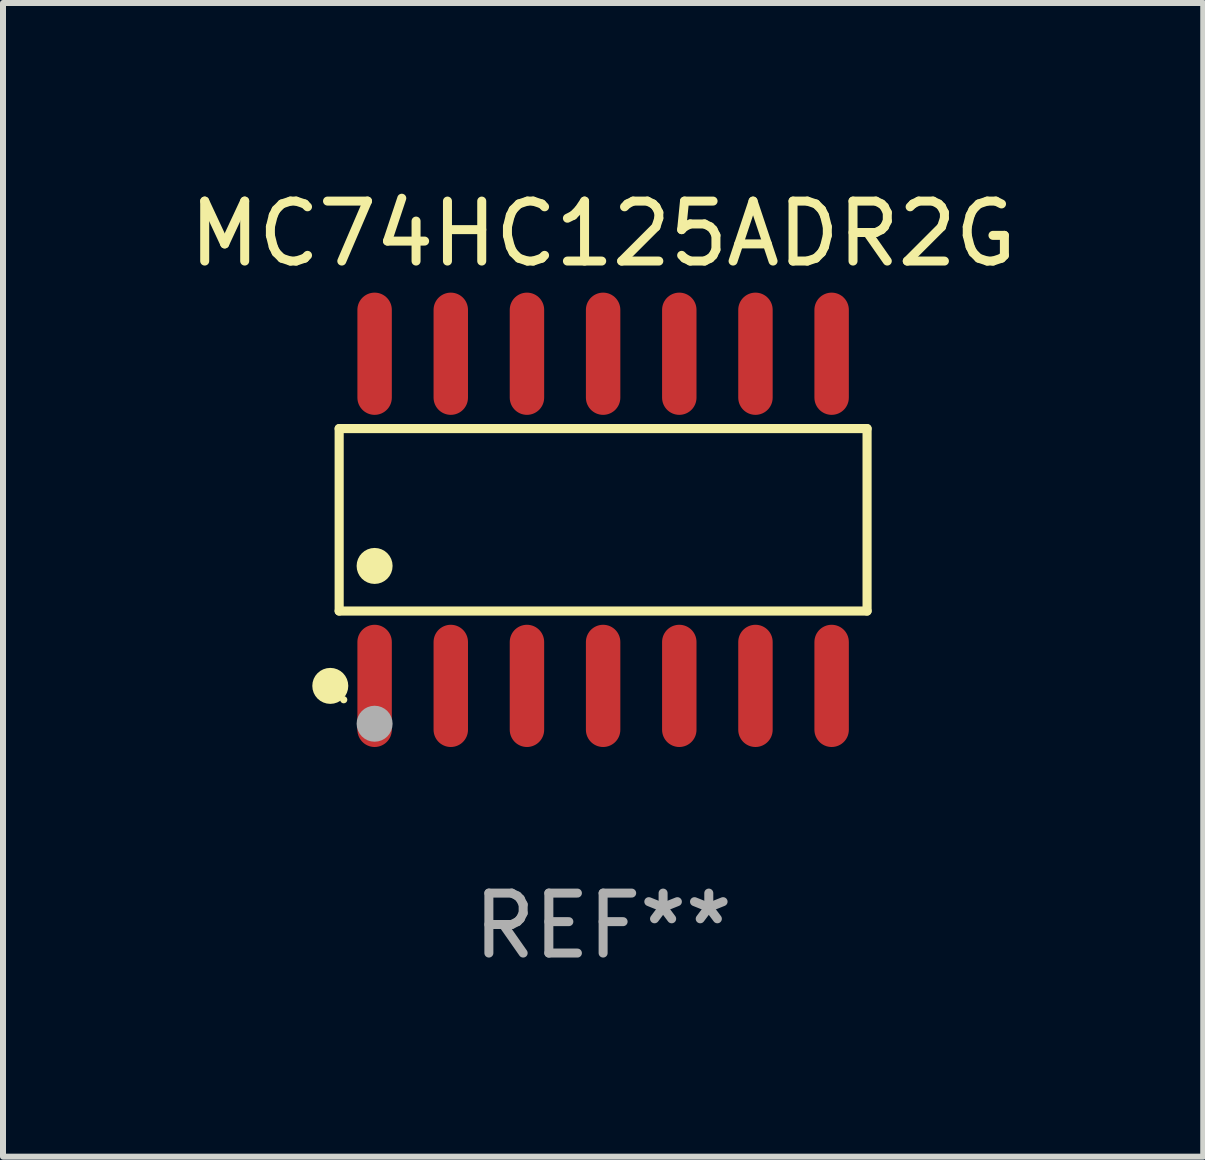
<source format=kicad_pcb>
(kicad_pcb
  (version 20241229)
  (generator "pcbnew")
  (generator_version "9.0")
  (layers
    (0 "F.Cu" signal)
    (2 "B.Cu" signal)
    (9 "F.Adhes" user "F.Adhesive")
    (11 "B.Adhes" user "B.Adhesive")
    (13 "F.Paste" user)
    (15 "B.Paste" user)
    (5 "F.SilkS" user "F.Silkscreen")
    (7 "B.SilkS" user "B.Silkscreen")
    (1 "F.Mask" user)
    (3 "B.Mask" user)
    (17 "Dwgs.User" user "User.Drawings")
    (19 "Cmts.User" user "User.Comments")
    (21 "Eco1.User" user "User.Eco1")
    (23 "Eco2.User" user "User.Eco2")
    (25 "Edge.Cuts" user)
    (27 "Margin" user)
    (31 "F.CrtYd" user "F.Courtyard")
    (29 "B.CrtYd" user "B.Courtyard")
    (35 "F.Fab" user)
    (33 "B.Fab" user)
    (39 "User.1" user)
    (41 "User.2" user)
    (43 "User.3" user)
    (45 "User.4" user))
  (footprint "MC74HC125ADR2G"
    (layer "F.Cu")
    (at 7.006 5.617)
    (property "Reference" "MC74HC125ADR2G" (at 0 -4.769 0) (layer "F.SilkS") (effects (font (size 1 1) (thickness 0.15))))
    (attr through_hole)
    (fp_line (start -4.401 -1.521) (end 4.401 -1.521) (stroke (width 0.152) (type solid)) (layer "F.SilkS"))
    (fp_line (start -4.401 1.521) (end -4.401 -1.521) (stroke (width 0.152) (type solid)) (layer "F.SilkS"))
    (fp_line (start 4.401 -1.521) (end 4.401 1.521) (stroke (width 0.152) (type solid)) (layer "F.SilkS"))
    (fp_line (start 4.401 1.521) (end -4.401 1.521) (stroke (width 0.152) (type solid)) (layer "F.SilkS"))
    (fp_circle (center -4.549 2.769) (end -4.399 2.769) (stroke (width 0.3) (type solid)) (fill no) (layer "F.SilkS"))
    (fp_circle (center -4.325 3) (end -4.295 3) (stroke (width 0.06) (type solid)) (fill no) (layer "F.SilkS"))
    (fp_circle (center -3.81 0.769) (end -3.66 0.769) (stroke (width 0.3) (type solid)) (fill no) (layer "F.SilkS"))
    (fp_circle (center -3.81 3.4) (end -3.66 3.4) (stroke (width 0.3) (type solid)) (fill no) (layer "F.Fab"))
    (fp_text user "REF**" (at 0 6.769 0) (layer "F.Fab") (effects (font (size 1 1) (thickness 0.15))))
    (pad "1" smd oval (at -3.81 2.769) (size 0.574 2.038) (layers "F.Cu" "F.Mask" "F.Paste"))
    (pad "2" smd oval (at -2.54 2.769) (size 0.574 2.038) (layers "F.Cu" "F.Mask" "F.Paste"))
    (pad "3" smd oval (at -1.27 2.769) (size 0.574 2.038) (layers "F.Cu" "F.Mask" "F.Paste"))
    (pad "4" smd oval (at 0 2.769) (size 0.574 2.038) (layers "F.Cu" "F.Mask" "F.Paste"))
    (pad "5" smd oval (at 1.27 2.769) (size 0.574 2.038) (layers "F.Cu" "F.Mask" "F.Paste"))
    (pad "6" smd oval (at 2.54 2.769) (size 0.574 2.038) (layers "F.Cu" "F.Mask" "F.Paste"))
    (pad "7" smd oval (at 3.81 2.769) (size 0.574 2.038) (layers "F.Cu" "F.Mask" "F.Paste"))
    (pad "8" smd oval (at 3.81 -2.769) (size 0.574 2.038) (layers "F.Cu" "F.Mask" "F.Paste"))
    (pad "9" smd oval (at 2.54 -2.769) (size 0.574 2.038) (layers "F.Cu" "F.Mask" "F.Paste"))
    (pad "10" smd oval (at 1.27 -2.769) (size 0.574 2.038) (layers "F.Cu" "F.Mask" "F.Paste"))
    (pad "11" smd oval (at 0 -2.769) (size 0.574 2.038) (layers "F.Cu" "F.Mask" "F.Paste"))
    (pad "12" smd oval (at -1.27 -2.769) (size 0.574 2.038) (layers "F.Cu" "F.Mask" "F.Paste"))
    (pad "13" smd oval (at -2.54 -2.769) (size 0.574 2.038) (layers "F.Cu" "F.Mask" "F.Paste"))
    (pad "14" smd oval (at -3.81 -2.769) (size 0.574 2.038) (layers "F.Cu" "F.Mask" "F.Paste")))
  (gr_rect
    (start -3 -3)
    (end 17.012 16.235)
    (stroke (width 0.1) (type default))
    (fill no)
    (layer "Edge.Cuts")))
</source>
